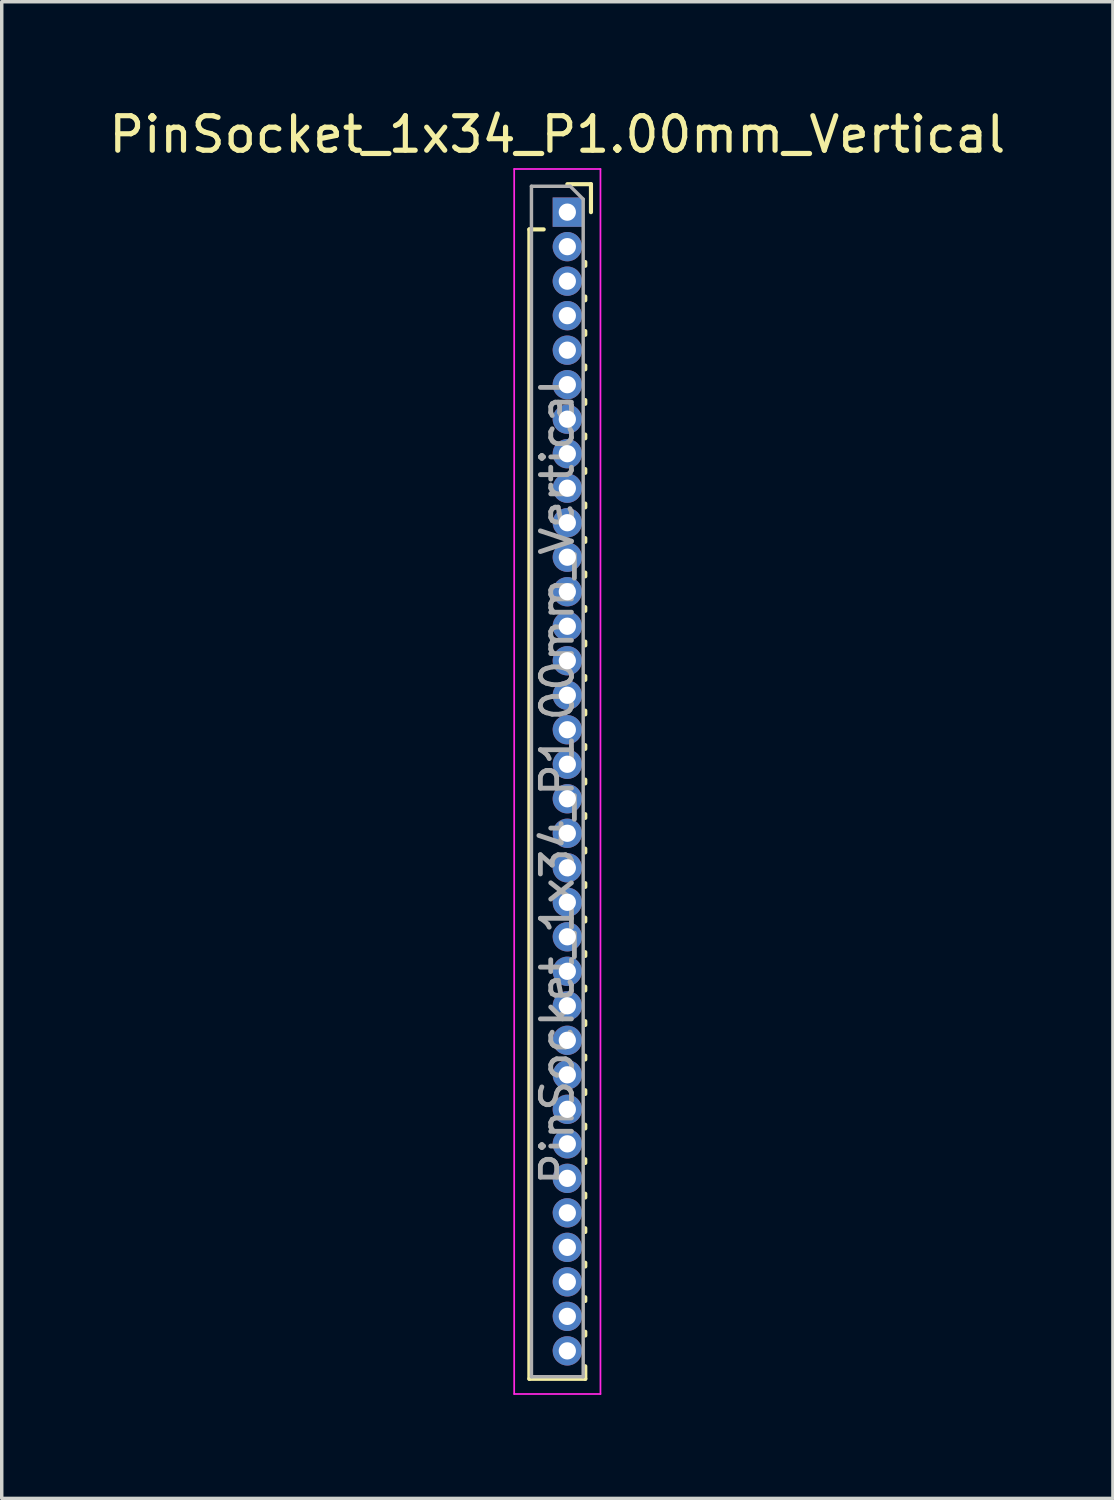
<source format=kicad_pcb>
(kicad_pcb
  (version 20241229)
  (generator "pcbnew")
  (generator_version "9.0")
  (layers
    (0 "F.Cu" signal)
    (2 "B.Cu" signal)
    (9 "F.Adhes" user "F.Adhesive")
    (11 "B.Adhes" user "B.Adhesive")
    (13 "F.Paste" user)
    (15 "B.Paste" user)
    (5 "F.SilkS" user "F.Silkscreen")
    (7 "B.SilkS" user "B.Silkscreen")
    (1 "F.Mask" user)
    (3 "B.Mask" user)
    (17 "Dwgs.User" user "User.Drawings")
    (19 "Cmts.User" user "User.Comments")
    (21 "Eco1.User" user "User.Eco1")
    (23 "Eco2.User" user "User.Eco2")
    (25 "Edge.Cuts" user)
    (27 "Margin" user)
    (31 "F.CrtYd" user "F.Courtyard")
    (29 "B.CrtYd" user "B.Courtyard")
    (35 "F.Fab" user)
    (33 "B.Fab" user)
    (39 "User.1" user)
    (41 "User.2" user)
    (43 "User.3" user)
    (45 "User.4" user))
  (footprint "PinSocket_1x34_P1.00mm_Vertical"
    (layer "F.Cu")
    (at 13.391 3.098)
    (property "Reference" "PinSocket_1x34_P1.00mm_Vertical" (at -0.29 -2.25 0) (layer "F.SilkS") (effects (font (size 1 1) (thickness 0.15))))
    (attr through_hole)
    (fp_line (start -1.1 0.5) (end -1.1 33.81) (stroke (width 0.12) (type solid)) (layer "F.SilkS"))
    (fp_line (start -1.1 0.5) (end -0.685 0.5) (stroke (width 0.12) (type solid)) (layer "F.SilkS"))
    (fp_line (start -1.1 33.81) (end 0.52 33.81) (stroke (width 0.12) (type solid)) (layer "F.SilkS"))
    (fp_line (start 0 -0.81) (end 0.685 -0.81) (stroke (width 0.12) (type solid)) (layer "F.SilkS"))
    (fp_line (start 0.52 1.446) (end 0.52 1.554) (stroke (width 0.12) (type solid)) (layer "F.SilkS"))
    (fp_line (start 0.52 2.446) (end 0.52 2.554) (stroke (width 0.12) (type solid)) (layer "F.SilkS"))
    (fp_line (start 0.52 3.446) (end 0.52 3.554) (stroke (width 0.12) (type solid)) (layer "F.SilkS"))
    (fp_line (start 0.52 4.446) (end 0.52 4.554) (stroke (width 0.12) (type solid)) (layer "F.SilkS"))
    (fp_line (start 0.52 5.446) (end 0.52 5.554) (stroke (width 0.12) (type solid)) (layer "F.SilkS"))
    (fp_line (start 0.52 6.446) (end 0.52 6.554) (stroke (width 0.12) (type solid)) (layer "F.SilkS"))
    (fp_line (start 0.52 7.446) (end 0.52 7.554) (stroke (width 0.12) (type solid)) (layer "F.SilkS"))
    (fp_line (start 0.52 8.446) (end 0.52 8.554) (stroke (width 0.12) (type solid)) (layer "F.SilkS"))
    (fp_line (start 0.52 9.446) (end 0.52 9.554) (stroke (width 0.12) (type solid)) (layer "F.SilkS"))
    (fp_line (start 0.52 10.446) (end 0.52 10.554) (stroke (width 0.12) (type solid)) (layer "F.SilkS"))
    (fp_line (start 0.52 11.446) (end 0.52 11.554) (stroke (width 0.12) (type solid)) (layer "F.SilkS"))
    (fp_line (start 0.52 12.446) (end 0.52 12.554) (stroke (width 0.12) (type solid)) (layer "F.SilkS"))
    (fp_line (start 0.52 13.446) (end 0.52 13.554) (stroke (width 0.12) (type solid)) (layer "F.SilkS"))
    (fp_line (start 0.52 14.446) (end 0.52 14.554) (stroke (width 0.12) (type solid)) (layer "F.SilkS"))
    (fp_line (start 0.52 15.446) (end 0.52 15.554) (stroke (width 0.12) (type solid)) (layer "F.SilkS"))
    (fp_line (start 0.52 16.446) (end 0.52 16.554) (stroke (width 0.12) (type solid)) (layer "F.SilkS"))
    (fp_line (start 0.52 17.446) (end 0.52 17.554) (stroke (width 0.12) (type solid)) (layer "F.SilkS"))
    (fp_line (start 0.52 18.446) (end 0.52 18.554) (stroke (width 0.12) (type solid)) (layer "F.SilkS"))
    (fp_line (start 0.52 19.446) (end 0.52 19.554) (stroke (width 0.12) (type solid)) (layer "F.SilkS"))
    (fp_line (start 0.52 20.446) (end 0.52 20.554) (stroke (width 0.12) (type solid)) (layer "F.SilkS"))
    (fp_line (start 0.52 21.446) (end 0.52 21.554) (stroke (width 0.12) (type solid)) (layer "F.SilkS"))
    (fp_line (start 0.52 22.446) (end 0.52 22.554) (stroke (width 0.12) (type solid)) (layer "F.SilkS"))
    (fp_line (start 0.52 23.446) (end 0.52 23.554) (stroke (width 0.12) (type solid)) (layer "F.SilkS"))
    (fp_line (start 0.52 24.446) (end 0.52 24.554) (stroke (width 0.12) (type solid)) (layer "F.SilkS"))
    (fp_line (start 0.52 25.446) (end 0.52 25.554) (stroke (width 0.12) (type solid)) (layer "F.SilkS"))
    (fp_line (start 0.52 26.446) (end 0.52 26.554) (stroke (width 0.12) (type solid)) (layer "F.SilkS"))
    (fp_line (start 0.52 27.446) (end 0.52 27.554) (stroke (width 0.12) (type solid)) (layer "F.SilkS"))
    (fp_line (start 0.52 28.446) (end 0.52 28.554) (stroke (width 0.12) (type solid)) (layer "F.SilkS"))
    (fp_line (start 0.52 29.446) (end 0.52 29.554) (stroke (width 0.12) (type solid)) (layer "F.SilkS"))
    (fp_line (start 0.52 30.446) (end 0.52 30.554) (stroke (width 0.12) (type solid)) (layer "F.SilkS"))
    (fp_line (start 0.52 31.446) (end 0.52 31.554) (stroke (width 0.12) (type solid)) (layer "F.SilkS"))
    (fp_line (start 0.52 32.446) (end 0.52 32.554) (stroke (width 0.12) (type solid)) (layer "F.SilkS"))
    (fp_line (start 0.52 33.446) (end 0.52 33.81) (stroke (width 0.12) (type solid)) (layer "F.SilkS"))
    (fp_line (start 0.685 -0.81) (end 0.685 0) (stroke (width 0.12) (type solid)) (layer "F.SilkS"))
    (fp_line (start -1.54 -1.25) (end 0.96 -1.25) (stroke (width 0.05) (type solid)) (layer "F.CrtYd"))
    (fp_line (start -1.54 34.25) (end -1.54 -1.25) (stroke (width 0.05) (type solid)) (layer "F.CrtYd"))
    (fp_line (start 0.96 -1.25) (end 0.96 34.25) (stroke (width 0.05) (type solid)) (layer "F.CrtYd"))
    (fp_line (start 0.96 34.25) (end -1.54 34.25) (stroke (width 0.05) (type solid)) (layer "F.CrtYd"))
    (fp_line (start -1.04 -0.75) (end 0.085 -0.75) (stroke (width 0.1) (type solid)) (layer "F.Fab"))
    (fp_line (start -1.04 33.75) (end -1.04 -0.75) (stroke (width 0.1) (type solid)) (layer "F.Fab"))
    (fp_line (start 0.085 -0.75) (end 0.46 -0.375) (stroke (width 0.1) (type solid)) (layer "F.Fab"))
    (fp_line (start 0.46 -0.375) (end 0.46 33.75) (stroke (width 0.1) (type solid)) (layer "F.Fab"))
    (fp_line (start 0.46 33.75) (end -1.04 33.75) (stroke (width 0.1) (type solid)) (layer "F.Fab"))
    (fp_text user "${REFERENCE}" (at -0.29 16.5 90) (layer "F.Fab") (effects (font (size 0.9 0.9) (thickness 0.14))))
    (pad "1" thru_hole rect (at 0 0) (size 0.85 0.85) (drill 0.5) (layers "*.Cu" "*.Mask"))
    (pad "2" thru_hole oval (at 0 1) (size 0.85 0.85) (drill 0.5) (layers "*.Cu" "*.Mask"))
    (pad "3" thru_hole oval (at 0 2) (size 0.85 0.85) (drill 0.5) (layers "*.Cu" "*.Mask"))
    (pad "4" thru_hole oval (at 0 3) (size 0.85 0.85) (drill 0.5) (layers "*.Cu" "*.Mask"))
    (pad "5" thru_hole oval (at 0 4) (size 0.85 0.85) (drill 0.5) (layers "*.Cu" "*.Mask"))
    (pad "6" thru_hole oval (at 0 5) (size 0.85 0.85) (drill 0.5) (layers "*.Cu" "*.Mask"))
    (pad "7" thru_hole oval (at 0 6) (size 0.85 0.85) (drill 0.5) (layers "*.Cu" "*.Mask"))
    (pad "8" thru_hole oval (at 0 7) (size 0.85 0.85) (drill 0.5) (layers "*.Cu" "*.Mask"))
    (pad "9" thru_hole oval (at 0 8) (size 0.85 0.85) (drill 0.5) (layers "*.Cu" "*.Mask"))
    (pad "10" thru_hole oval (at 0 9) (size 0.85 0.85) (drill 0.5) (layers "*.Cu" "*.Mask"))
    (pad "11" thru_hole oval (at 0 10) (size 0.85 0.85) (drill 0.5) (layers "*.Cu" "*.Mask"))
    (pad "12" thru_hole oval (at 0 11) (size 0.85 0.85) (drill 0.5) (layers "*.Cu" "*.Mask"))
    (pad "13" thru_hole oval (at 0 12) (size 0.85 0.85) (drill 0.5) (layers "*.Cu" "*.Mask"))
    (pad "14" thru_hole oval (at 0 13) (size 0.85 0.85) (drill 0.5) (layers "*.Cu" "*.Mask"))
    (pad "15" thru_hole oval (at 0 14) (size 0.85 0.85) (drill 0.5) (layers "*.Cu" "*.Mask"))
    (pad "16" thru_hole oval (at 0 15) (size 0.85 0.85) (drill 0.5) (layers "*.Cu" "*.Mask"))
    (pad "17" thru_hole oval (at 0 16) (size 0.85 0.85) (drill 0.5) (layers "*.Cu" "*.Mask"))
    (pad "18" thru_hole oval (at 0 17) (size 0.85 0.85) (drill 0.5) (layers "*.Cu" "*.Mask"))
    (pad "19" thru_hole oval (at 0 18) (size 0.85 0.85) (drill 0.5) (layers "*.Cu" "*.Mask"))
    (pad "20" thru_hole oval (at 0 19) (size 0.85 0.85) (drill 0.5) (layers "*.Cu" "*.Mask"))
    (pad "21" thru_hole oval (at 0 20) (size 0.85 0.85) (drill 0.5) (layers "*.Cu" "*.Mask"))
    (pad "22" thru_hole oval (at 0 21) (size 0.85 0.85) (drill 0.5) (layers "*.Cu" "*.Mask"))
    (pad "23" thru_hole oval (at 0 22) (size 0.85 0.85) (drill 0.5) (layers "*.Cu" "*.Mask"))
    (pad "24" thru_hole oval (at 0 23) (size 0.85 0.85) (drill 0.5) (layers "*.Cu" "*.Mask"))
    (pad "25" thru_hole oval (at 0 24) (size 0.85 0.85) (drill 0.5) (layers "*.Cu" "*.Mask"))
    (pad "26" thru_hole oval (at 0 25) (size 0.85 0.85) (drill 0.5) (layers "*.Cu" "*.Mask"))
    (pad "27" thru_hole oval (at 0 26) (size 0.85 0.85) (drill 0.5) (layers "*.Cu" "*.Mask"))
    (pad "28" thru_hole oval (at 0 27) (size 0.85 0.85) (drill 0.5) (layers "*.Cu" "*.Mask"))
    (pad "29" thru_hole oval (at 0 28) (size 0.85 0.85) (drill 0.5) (layers "*.Cu" "*.Mask"))
    (pad "30" thru_hole oval (at 0 29) (size 0.85 0.85) (drill 0.5) (layers "*.Cu" "*.Mask"))
    (pad "31" thru_hole oval (at 0 30) (size 0.85 0.85) (drill 0.5) (layers "*.Cu" "*.Mask"))
    (pad "32" thru_hole oval (at 0 31) (size 0.85 0.85) (drill 0.5) (layers "*.Cu" "*.Mask"))
    (pad "33" thru_hole oval (at 0 32) (size 0.85 0.85) (drill 0.5) (layers "*.Cu" "*.Mask"))
    (pad "34" thru_hole oval (at 0 33) (size 0.85 0.85) (drill 0.5) (layers "*.Cu" "*.Mask")))
  (gr_rect
    (start -3 -3)
    (end 29.202 40.373)
    (stroke (width 0.1) (type default))
    (fill no)
    (layer "Edge.Cuts")))
</source>
